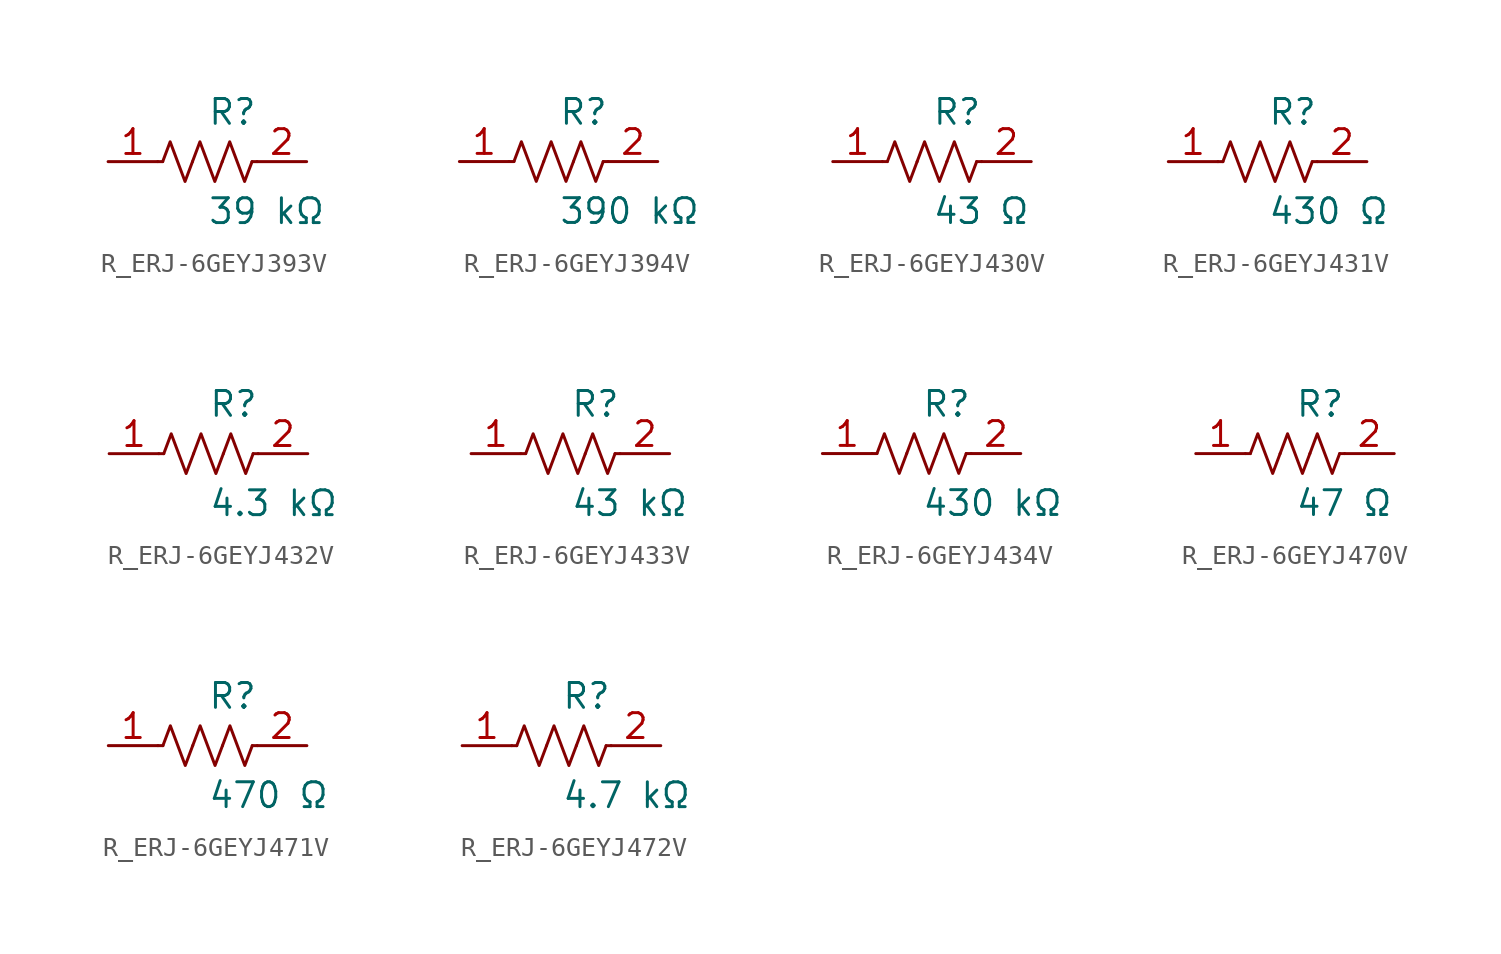
<source format=kicad_sym>
(kicad_symbol_lib
  (version 20231120)
  (generator kicad_symbol_editor)
  (generator_version 8.0)
  (symbol "R_ERJ-6GEYJ393V"
    (pin_names
      (offset 0.254))
    (property "Reference" "R"
      (at 0.0 2.54 0)
      (effects (font (size 1.27 1.27)) (justify left)))
    (property "Value" "39 kΩ"
      (at 0.0 -2.54 0)
      (effects (font (size 1.27 1.27)) (justify left)))
    (symbol "R_ERJ-6GEYJ393V_0_1"
      (polyline (pts (xy 2.286 0) (xy 2.54 0)) (stroke (width 0) (type default)) (fill (type none)))
      (polyline (pts (xy -2.286 0) (xy -2.54 0)) (stroke (width 0) (type default)) (fill (type none)))
      (polyline (pts (xy 0.762 0) (xy 1.143 1.016) (xy 1.524 0) (xy 1.905 -1.016) (xy 2.286 0)) (stroke (width 0) (type default)) (fill (type none)))
      (polyline (pts (xy -0.762 0) (xy -0.381 1.016) (xy 0 0) (xy 0.381 -1.016) (xy 0.762 0)) (stroke (width 0) (type default)) (fill (type none)))
      (polyline (pts (xy -2.286 0) (xy -1.905 1.016) (xy -1.524 0) (xy -1.143 -1.016) (xy -0.762 0)) (stroke (width 0) (type default)) (fill (type none))))
    (pin unspecified line
      (at -5.08 0 0)
      (length 2.54)
      (name "" (effects (font (size 1.27 1.27))))
      (number "1" (effects (font (size 1.27 1.27)))))
    (pin unspecified line
      (at 5.08 0 180)
      (length 2.54)
      (name "" (effects (font (size 1.27 1.27))))
      (number "2" (effects (font (size 1.27 1.27))))))
  (symbol "R_ERJ-6GEYJ394V"
    (pin_names
      (offset 0.254))
    (property "Reference" "R"
      (at 0.0 2.54 0)
      (effects (font (size 1.27 1.27)) (justify left)))
    (property "Value" "390 kΩ"
      (at 0.0 -2.54 0)
      (effects (font (size 1.27 1.27)) (justify left)))
    (symbol "R_ERJ-6GEYJ394V_0_1"
      (polyline (pts (xy 2.286 0) (xy 2.54 0)) (stroke (width 0) (type default)) (fill (type none)))
      (polyline (pts (xy -2.286 0) (xy -2.54 0)) (stroke (width 0) (type default)) (fill (type none)))
      (polyline (pts (xy 0.762 0) (xy 1.143 1.016) (xy 1.524 0) (xy 1.905 -1.016) (xy 2.286 0)) (stroke (width 0) (type default)) (fill (type none)))
      (polyline (pts (xy -0.762 0) (xy -0.381 1.016) (xy 0 0) (xy 0.381 -1.016) (xy 0.762 0)) (stroke (width 0) (type default)) (fill (type none)))
      (polyline (pts (xy -2.286 0) (xy -1.905 1.016) (xy -1.524 0) (xy -1.143 -1.016) (xy -0.762 0)) (stroke (width 0) (type default)) (fill (type none))))
    (pin unspecified line
      (at -5.08 0 0)
      (length 2.54)
      (name "" (effects (font (size 1.27 1.27))))
      (number "1" (effects (font (size 1.27 1.27)))))
    (pin unspecified line
      (at 5.08 0 180)
      (length 2.54)
      (name "" (effects (font (size 1.27 1.27))))
      (number "2" (effects (font (size 1.27 1.27))))))
  (symbol "R_ERJ-6GEYJ430V"
    (pin_names
      (offset 0.254))
    (property "Reference" "R"
      (at 0.0 2.54 0)
      (effects (font (size 1.27 1.27)) (justify left)))
    (property "Value" "43 Ω"
      (at 0.0 -2.54 0)
      (effects (font (size 1.27 1.27)) (justify left)))
    (symbol "R_ERJ-6GEYJ430V_0_1"
      (polyline (pts (xy 2.286 0) (xy 2.54 0)) (stroke (width 0) (type default)) (fill (type none)))
      (polyline (pts (xy -2.286 0) (xy -2.54 0)) (stroke (width 0) (type default)) (fill (type none)))
      (polyline (pts (xy 0.762 0) (xy 1.143 1.016) (xy 1.524 0) (xy 1.905 -1.016) (xy 2.286 0)) (stroke (width 0) (type default)) (fill (type none)))
      (polyline (pts (xy -0.762 0) (xy -0.381 1.016) (xy 0 0) (xy 0.381 -1.016) (xy 0.762 0)) (stroke (width 0) (type default)) (fill (type none)))
      (polyline (pts (xy -2.286 0) (xy -1.905 1.016) (xy -1.524 0) (xy -1.143 -1.016) (xy -0.762 0)) (stroke (width 0) (type default)) (fill (type none))))
    (pin unspecified line
      (at -5.08 0 0)
      (length 2.54)
      (name "" (effects (font (size 1.27 1.27))))
      (number "1" (effects (font (size 1.27 1.27)))))
    (pin unspecified line
      (at 5.08 0 180)
      (length 2.54)
      (name "" (effects (font (size 1.27 1.27))))
      (number "2" (effects (font (size 1.27 1.27))))))
  (symbol "R_ERJ-6GEYJ431V"
    (pin_names
      (offset 0.254))
    (property "Reference" "R"
      (at 0.0 2.54 0)
      (effects (font (size 1.27 1.27)) (justify left)))
    (property "Value" "430 Ω"
      (at 0.0 -2.54 0)
      (effects (font (size 1.27 1.27)) (justify left)))
    (symbol "R_ERJ-6GEYJ431V_0_1"
      (polyline (pts (xy 2.286 0) (xy 2.54 0)) (stroke (width 0) (type default)) (fill (type none)))
      (polyline (pts (xy -2.286 0) (xy -2.54 0)) (stroke (width 0) (type default)) (fill (type none)))
      (polyline (pts (xy 0.762 0) (xy 1.143 1.016) (xy 1.524 0) (xy 1.905 -1.016) (xy 2.286 0)) (stroke (width 0) (type default)) (fill (type none)))
      (polyline (pts (xy -0.762 0) (xy -0.381 1.016) (xy 0 0) (xy 0.381 -1.016) (xy 0.762 0)) (stroke (width 0) (type default)) (fill (type none)))
      (polyline (pts (xy -2.286 0) (xy -1.905 1.016) (xy -1.524 0) (xy -1.143 -1.016) (xy -0.762 0)) (stroke (width 0) (type default)) (fill (type none))))
    (pin unspecified line
      (at -5.08 0 0)
      (length 2.54)
      (name "" (effects (font (size 1.27 1.27))))
      (number "1" (effects (font (size 1.27 1.27)))))
    (pin unspecified line
      (at 5.08 0 180)
      (length 2.54)
      (name "" (effects (font (size 1.27 1.27))))
      (number "2" (effects (font (size 1.27 1.27))))))
  (symbol "R_ERJ-6GEYJ432V"
    (pin_names
      (offset 0.254))
    (property "Reference" "R"
      (at 0.0 2.54 0)
      (effects (font (size 1.27 1.27)) (justify left)))
    (property "Value" "4.3 kΩ"
      (at 0.0 -2.54 0)
      (effects (font (size 1.27 1.27)) (justify left)))
    (symbol "R_ERJ-6GEYJ432V_0_1"
      (polyline (pts (xy 2.286 0) (xy 2.54 0)) (stroke (width 0) (type default)) (fill (type none)))
      (polyline (pts (xy -2.286 0) (xy -2.54 0)) (stroke (width 0) (type default)) (fill (type none)))
      (polyline (pts (xy 0.762 0) (xy 1.143 1.016) (xy 1.524 0) (xy 1.905 -1.016) (xy 2.286 0)) (stroke (width 0) (type default)) (fill (type none)))
      (polyline (pts (xy -0.762 0) (xy -0.381 1.016) (xy 0 0) (xy 0.381 -1.016) (xy 0.762 0)) (stroke (width 0) (type default)) (fill (type none)))
      (polyline (pts (xy -2.286 0) (xy -1.905 1.016) (xy -1.524 0) (xy -1.143 -1.016) (xy -0.762 0)) (stroke (width 0) (type default)) (fill (type none))))
    (pin unspecified line
      (at -5.08 0 0)
      (length 2.54)
      (name "" (effects (font (size 1.27 1.27))))
      (number "1" (effects (font (size 1.27 1.27)))))
    (pin unspecified line
      (at 5.08 0 180)
      (length 2.54)
      (name "" (effects (font (size 1.27 1.27))))
      (number "2" (effects (font (size 1.27 1.27))))))
  (symbol "R_ERJ-6GEYJ433V"
    (pin_names
      (offset 0.254))
    (property "Reference" "R"
      (at 0.0 2.54 0)
      (effects (font (size 1.27 1.27)) (justify left)))
    (property "Value" "43 kΩ"
      (at 0.0 -2.54 0)
      (effects (font (size 1.27 1.27)) (justify left)))
    (symbol "R_ERJ-6GEYJ433V_0_1"
      (polyline (pts (xy 2.286 0) (xy 2.54 0)) (stroke (width 0) (type default)) (fill (type none)))
      (polyline (pts (xy -2.286 0) (xy -2.54 0)) (stroke (width 0) (type default)) (fill (type none)))
      (polyline (pts (xy 0.762 0) (xy 1.143 1.016) (xy 1.524 0) (xy 1.905 -1.016) (xy 2.286 0)) (stroke (width 0) (type default)) (fill (type none)))
      (polyline (pts (xy -0.762 0) (xy -0.381 1.016) (xy 0 0) (xy 0.381 -1.016) (xy 0.762 0)) (stroke (width 0) (type default)) (fill (type none)))
      (polyline (pts (xy -2.286 0) (xy -1.905 1.016) (xy -1.524 0) (xy -1.143 -1.016) (xy -0.762 0)) (stroke (width 0) (type default)) (fill (type none))))
    (pin unspecified line
      (at -5.08 0 0)
      (length 2.54)
      (name "" (effects (font (size 1.27 1.27))))
      (number "1" (effects (font (size 1.27 1.27)))))
    (pin unspecified line
      (at 5.08 0 180)
      (length 2.54)
      (name "" (effects (font (size 1.27 1.27))))
      (number "2" (effects (font (size 1.27 1.27))))))
  (symbol "R_ERJ-6GEYJ434V"
    (pin_names
      (offset 0.254))
    (property "Reference" "R"
      (at 0.0 2.54 0)
      (effects (font (size 1.27 1.27)) (justify left)))
    (property "Value" "430 kΩ"
      (at 0.0 -2.54 0)
      (effects (font (size 1.27 1.27)) (justify left)))
    (symbol "R_ERJ-6GEYJ434V_0_1"
      (polyline (pts (xy 2.286 0) (xy 2.54 0)) (stroke (width 0) (type default)) (fill (type none)))
      (polyline (pts (xy -2.286 0) (xy -2.54 0)) (stroke (width 0) (type default)) (fill (type none)))
      (polyline (pts (xy 0.762 0) (xy 1.143 1.016) (xy 1.524 0) (xy 1.905 -1.016) (xy 2.286 0)) (stroke (width 0) (type default)) (fill (type none)))
      (polyline (pts (xy -0.762 0) (xy -0.381 1.016) (xy 0 0) (xy 0.381 -1.016) (xy 0.762 0)) (stroke (width 0) (type default)) (fill (type none)))
      (polyline (pts (xy -2.286 0) (xy -1.905 1.016) (xy -1.524 0) (xy -1.143 -1.016) (xy -0.762 0)) (stroke (width 0) (type default)) (fill (type none))))
    (pin unspecified line
      (at -5.08 0 0)
      (length 2.54)
      (name "" (effects (font (size 1.27 1.27))))
      (number "1" (effects (font (size 1.27 1.27)))))
    (pin unspecified line
      (at 5.08 0 180)
      (length 2.54)
      (name "" (effects (font (size 1.27 1.27))))
      (number "2" (effects (font (size 1.27 1.27))))))
  (symbol "R_ERJ-6GEYJ470V"
    (pin_names
      (offset 0.254))
    (property "Reference" "R"
      (at 0.0 2.54 0)
      (effects (font (size 1.27 1.27)) (justify left)))
    (property "Value" "47 Ω"
      (at 0.0 -2.54 0)
      (effects (font (size 1.27 1.27)) (justify left)))
    (symbol "R_ERJ-6GEYJ470V_0_1"
      (polyline (pts (xy 2.286 0) (xy 2.54 0)) (stroke (width 0) (type default)) (fill (type none)))
      (polyline (pts (xy -2.286 0) (xy -2.54 0)) (stroke (width 0) (type default)) (fill (type none)))
      (polyline (pts (xy 0.762 0) (xy 1.143 1.016) (xy 1.524 0) (xy 1.905 -1.016) (xy 2.286 0)) (stroke (width 0) (type default)) (fill (type none)))
      (polyline (pts (xy -0.762 0) (xy -0.381 1.016) (xy 0 0) (xy 0.381 -1.016) (xy 0.762 0)) (stroke (width 0) (type default)) (fill (type none)))
      (polyline (pts (xy -2.286 0) (xy -1.905 1.016) (xy -1.524 0) (xy -1.143 -1.016) (xy -0.762 0)) (stroke (width 0) (type default)) (fill (type none))))
    (pin unspecified line
      (at -5.08 0 0)
      (length 2.54)
      (name "" (effects (font (size 1.27 1.27))))
      (number "1" (effects (font (size 1.27 1.27)))))
    (pin unspecified line
      (at 5.08 0 180)
      (length 2.54)
      (name "" (effects (font (size 1.27 1.27))))
      (number "2" (effects (font (size 1.27 1.27))))))
  (symbol "R_ERJ-6GEYJ471V"
    (pin_names
      (offset 0.254))
    (property "Reference" "R"
      (at 0.0 2.54 0)
      (effects (font (size 1.27 1.27)) (justify left)))
    (property "Value" "470 Ω"
      (at 0.0 -2.54 0)
      (effects (font (size 1.27 1.27)) (justify left)))
    (symbol "R_ERJ-6GEYJ471V_0_1"
      (polyline (pts (xy 2.286 0) (xy 2.54 0)) (stroke (width 0) (type default)) (fill (type none)))
      (polyline (pts (xy -2.286 0) (xy -2.54 0)) (stroke (width 0) (type default)) (fill (type none)))
      (polyline (pts (xy 0.762 0) (xy 1.143 1.016) (xy 1.524 0) (xy 1.905 -1.016) (xy 2.286 0)) (stroke (width 0) (type default)) (fill (type none)))
      (polyline (pts (xy -0.762 0) (xy -0.381 1.016) (xy 0 0) (xy 0.381 -1.016) (xy 0.762 0)) (stroke (width 0) (type default)) (fill (type none)))
      (polyline (pts (xy -2.286 0) (xy -1.905 1.016) (xy -1.524 0) (xy -1.143 -1.016) (xy -0.762 0)) (stroke (width 0) (type default)) (fill (type none))))
    (pin unspecified line
      (at -5.08 0 0)
      (length 2.54)
      (name "" (effects (font (size 1.27 1.27))))
      (number "1" (effects (font (size 1.27 1.27)))))
    (pin unspecified line
      (at 5.08 0 180)
      (length 2.54)
      (name "" (effects (font (size 1.27 1.27))))
      (number "2" (effects (font (size 1.27 1.27))))))
  (symbol "R_ERJ-6GEYJ472V"
    (pin_names
      (offset 0.254))
    (property "Reference" "R"
      (at 0.0 2.54 0)
      (effects (font (size 1.27 1.27)) (justify left)))
    (property "Value" "4.7 kΩ"
      (at 0.0 -2.54 0)
      (effects (font (size 1.27 1.27)) (justify left)))
    (symbol "R_ERJ-6GEYJ472V_0_1"
      (polyline (pts (xy 2.286 0) (xy 2.54 0)) (stroke (width 0) (type default)) (fill (type none)))
      (polyline (pts (xy -2.286 0) (xy -2.54 0)) (stroke (width 0) (type default)) (fill (type none)))
      (polyline (pts (xy 0.762 0) (xy 1.143 1.016) (xy 1.524 0) (xy 1.905 -1.016) (xy 2.286 0)) (stroke (width 0) (type default)) (fill (type none)))
      (polyline (pts (xy -0.762 0) (xy -0.381 1.016) (xy 0 0) (xy 0.381 -1.016) (xy 0.762 0)) (stroke (width 0) (type default)) (fill (type none)))
      (polyline (pts (xy -2.286 0) (xy -1.905 1.016) (xy -1.524 0) (xy -1.143 -1.016) (xy -0.762 0)) (stroke (width 0) (type default)) (fill (type none))))
    (pin unspecified line
      (at -5.08 0 0)
      (length 2.54)
      (name "" (effects (font (size 1.27 1.27))))
      (number "1" (effects (font (size 1.27 1.27)))))
    (pin unspecified line
      (at 5.08 0 180)
      (length 2.54)
      (name "" (effects (font (size 1.27 1.27))))
      (number "2" (effects (font (size 1.27 1.27)))))))
</source>
